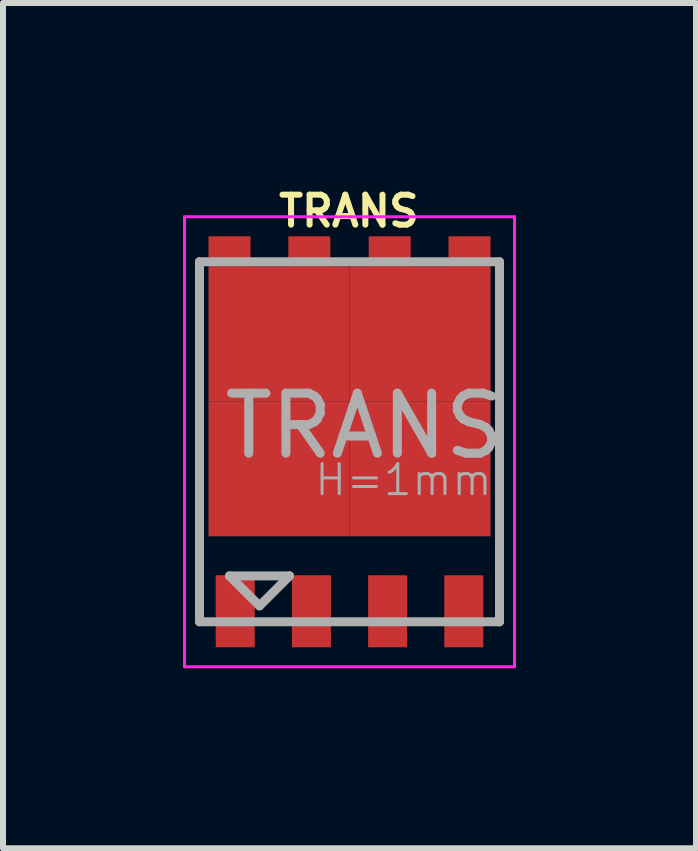
<source format=kicad_pcb>
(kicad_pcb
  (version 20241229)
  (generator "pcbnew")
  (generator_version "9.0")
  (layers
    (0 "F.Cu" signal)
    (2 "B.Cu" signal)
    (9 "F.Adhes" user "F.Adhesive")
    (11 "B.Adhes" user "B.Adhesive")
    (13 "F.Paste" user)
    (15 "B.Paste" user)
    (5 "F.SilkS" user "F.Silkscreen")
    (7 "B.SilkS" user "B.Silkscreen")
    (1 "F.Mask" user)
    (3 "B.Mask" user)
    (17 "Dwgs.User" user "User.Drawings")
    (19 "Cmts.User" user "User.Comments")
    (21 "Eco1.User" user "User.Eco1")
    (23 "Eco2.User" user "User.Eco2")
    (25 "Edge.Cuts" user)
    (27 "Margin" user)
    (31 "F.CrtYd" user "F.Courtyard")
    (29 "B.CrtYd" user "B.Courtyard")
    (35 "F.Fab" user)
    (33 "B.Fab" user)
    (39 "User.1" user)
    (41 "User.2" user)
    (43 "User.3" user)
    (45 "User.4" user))
  (footprint "TRANS"
    (layer "F.Cu")
    (at 2.775 4.313)
    (property "Reference" "TRANS" (at -0.01 -3.845 0) (layer "F.SilkS") (effects (font (size 0.5 0.5) (thickness 0.1))))
    (attr smd)
    (fp_line (start 1.65 -3.16) (end 1.65 -3.16) (stroke (width 0.15) (type solid)) (layer "F.Mask"))
    (fp_line (start -2.75 3.75) (end -2.75 -3.75) (stroke (width 0.05) (type solid)) (layer "F.CrtYd"))
    (fp_line (start 2.75 -3.75) (end -2.75 -3.75) (stroke (width 0.05) (type solid)) (layer "F.CrtYd"))
    (fp_line (start 2.75 -3.75) (end 2.75 3.75) (stroke (width 0.05) (type solid)) (layer "F.CrtYd"))
    (fp_line (start 2.75 3.75) (end -2.75 3.75) (stroke (width 0.05) (type solid)) (layer "F.CrtYd"))
    (fp_line (start -2.5 -3) (end -2.5 3) (stroke (width 0.15) (type solid)) (layer "F.Fab"))
    (fp_line (start -2.5 3) (end 2.5 3) (stroke (width 0.15) (type solid)) (layer "F.Fab"))
    (fp_line (start -2 2.235) (end -1.5 2.735) (stroke (width 0.15) (type solid)) (layer "F.Fab"))
    (fp_line (start -1.5 2.735) (end -1 2.235) (stroke (width 0.15) (type solid)) (layer "F.Fab"))
    (fp_line (start -1 2.235) (end -2 2.235) (stroke (width 0.15) (type solid)) (layer "F.Fab"))
    (fp_line (start 2.5 -3) (end -2.5 -3) (stroke (width 0.15) (type solid)) (layer "F.Fab"))
    (fp_line (start 2.5 3) (end 2.5 -3) (stroke (width 0.15) (type solid)) (layer "F.Fab"))
    (fp_text user "H=1mm" (at 0.9 0.635 0) (layer "F.Fab") (effects (font (size 0.5 0.5) (thickness 0.05))))
    (fp_text user "${REFERENCE}" (at 0.25 -0.265 0) (layer "F.Fab") (effects (font (size 1 1) (thickness 0.15))))
    (pad "1" smd rect (at -1.905 2.825) (size 0.65 1.2) (layers "F.Cu" "F.Mask" "F.Paste"))
    (pad "1" smd rect (at -0.635 2.825) (size 0.65 1.2) (layers "F.Cu" "F.Mask" "F.Paste"))
    (pad "1" smd rect (at 0.635 2.825) (size 0.65 1.2) (layers "F.Cu" "F.Mask" "F.Paste"))
    (pad "4" smd rect (at 1.905 2.825) (size 0.65 1.2) (layers "F.Cu" "F.Mask" "F.Paste"))
    (pad "5" smd rect (at -2 -3.175) (size 0.7 0.5) (layers "F.Cu" "F.Mask" "F.Paste"))
    (pad "5" smd rect (at -1.175 -1.8) (size 2.35 2.25) (layers "F.Cu" "F.Mask" "F.Paste"))
    (pad "5" smd rect (at -1.175 0.45) (size 2.35 2.25) (layers "F.Cu" "F.Mask" "F.Paste"))
    (pad "5" smd rect (at -0.67 -3.175) (size 0.7 0.5) (layers "F.Cu" "F.Mask" "F.Paste"))
    (pad "5" smd rect (at 0.67 -3.175) (size 0.7 0.5) (layers "F.Cu" "F.Mask" "F.Paste"))
    (pad "5" smd rect (at 1.175 -1.8) (size 2.35 2.25) (layers "F.Cu" "F.Mask" "F.Paste"))
    (pad "5" smd rect (at 1.175 0.45) (size 2.35 2.25) (layers "F.Cu" "F.Mask" "F.Paste"))
    (pad "5" smd rect (at 2 -3.175) (size 0.7 0.5) (layers "F.Cu" "F.Mask" "F.Paste")))
  (gr_rect
    (start -3 -3)
    (end 8.55 11.088)
    (stroke (width 0.1) (type default))
    (fill no)
    (layer "Edge.Cuts")))
</source>
